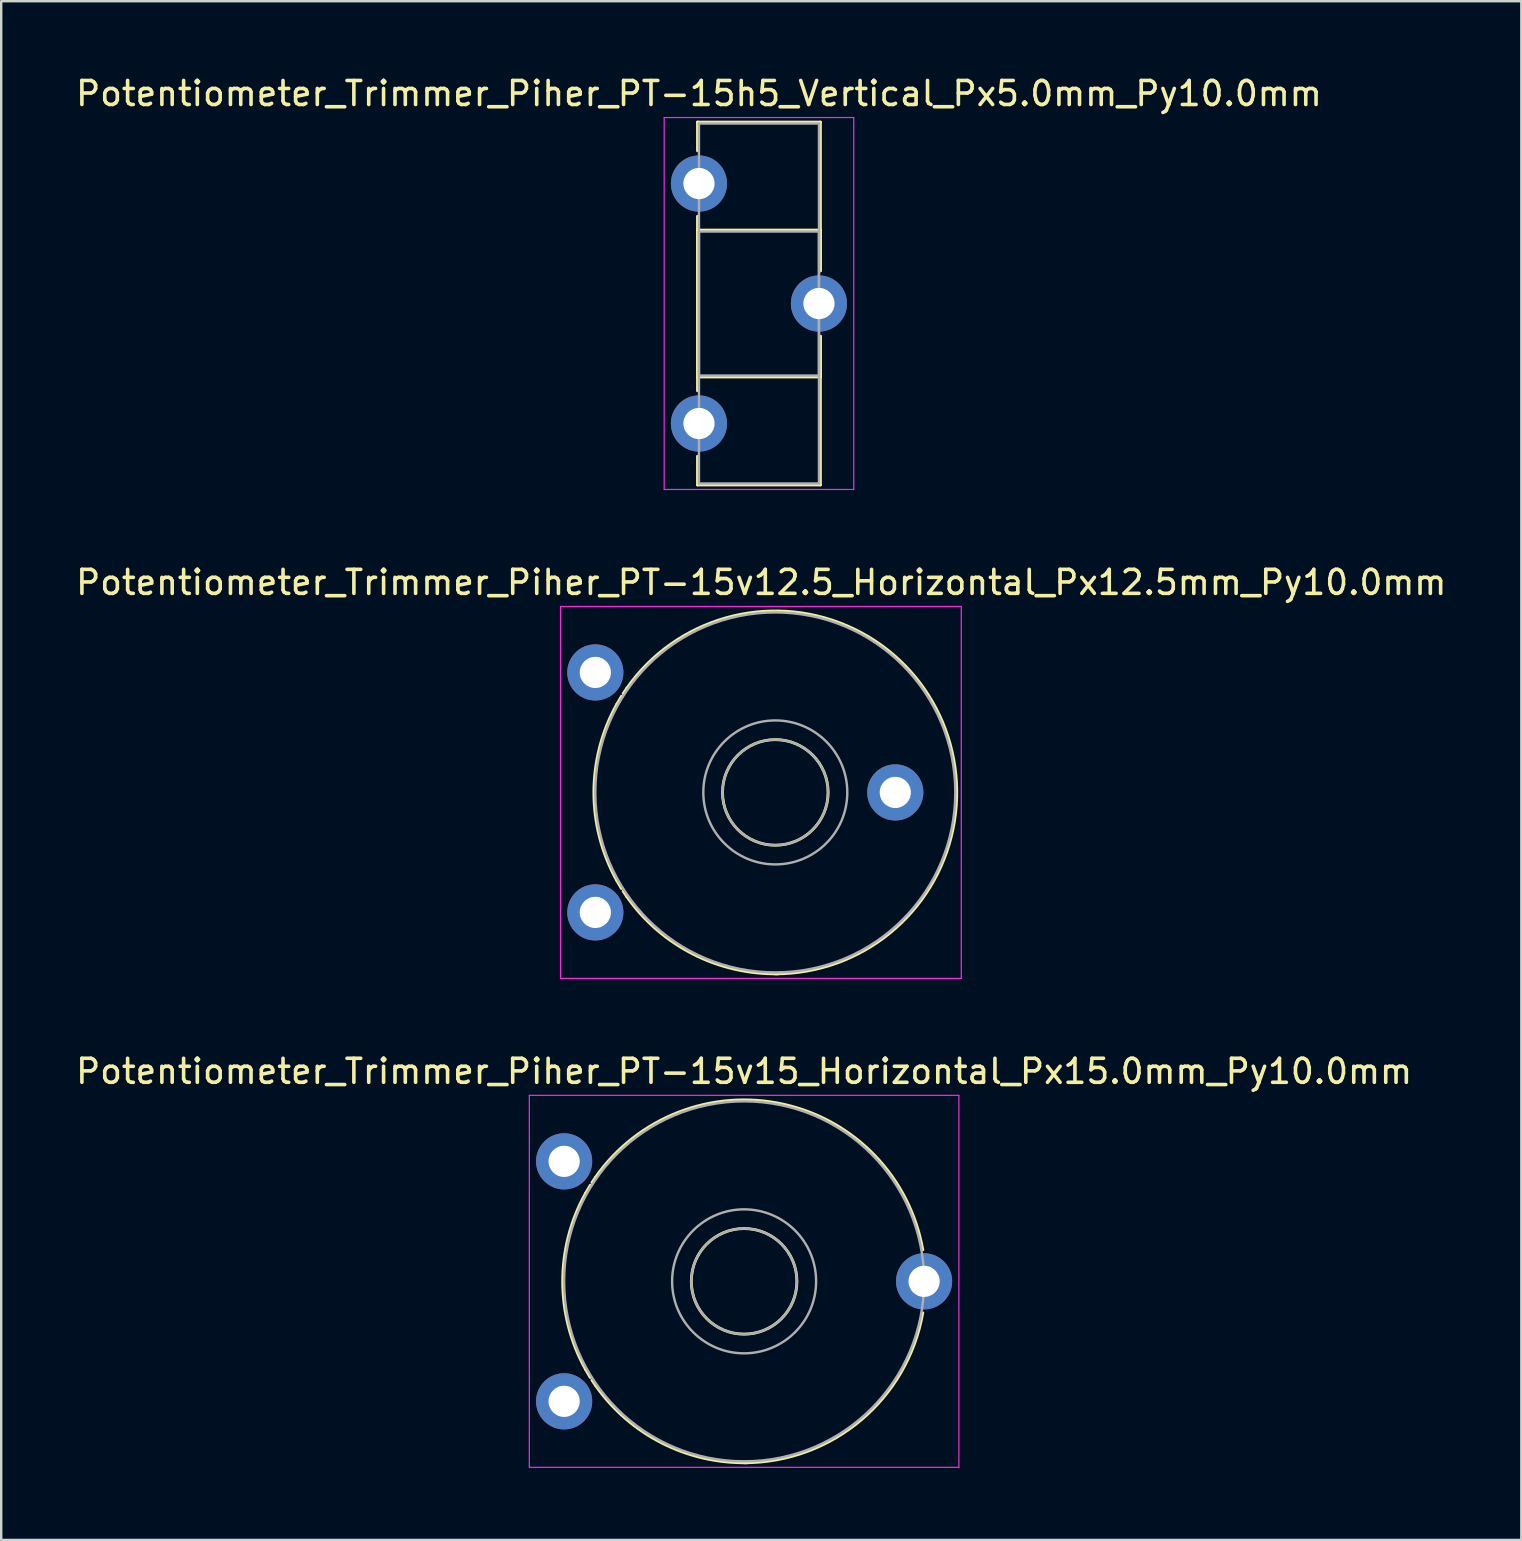
<source format=kicad_pcb>
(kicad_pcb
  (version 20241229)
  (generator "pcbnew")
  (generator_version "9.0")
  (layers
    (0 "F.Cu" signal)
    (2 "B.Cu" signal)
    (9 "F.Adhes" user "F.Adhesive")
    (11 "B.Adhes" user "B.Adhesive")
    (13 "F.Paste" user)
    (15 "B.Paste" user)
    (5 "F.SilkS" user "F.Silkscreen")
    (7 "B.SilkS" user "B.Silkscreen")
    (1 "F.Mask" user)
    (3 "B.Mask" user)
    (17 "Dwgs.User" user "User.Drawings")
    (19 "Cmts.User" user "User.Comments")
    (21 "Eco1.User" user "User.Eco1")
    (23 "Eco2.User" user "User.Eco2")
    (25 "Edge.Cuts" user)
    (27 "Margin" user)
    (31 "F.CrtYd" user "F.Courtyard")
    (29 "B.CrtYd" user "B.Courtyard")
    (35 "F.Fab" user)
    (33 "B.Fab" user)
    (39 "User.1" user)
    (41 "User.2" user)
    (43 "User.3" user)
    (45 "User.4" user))
  (footprint "Potentiometer_Trimmer_Piher_PT-15v15_Horizontal_Px15.0mm_Py10.0mm"
    (layer "F.Cu")
    (at 20.458 55.345)
    (property "Reference" "Potentiometer_Trimmer_Piher_PT-15v15_Horizontal_Px15.0mm_Py10.0mm" (at 7.5 -13.75 0) (layer "F.SilkS") (effects (font (size 1 1) (thickness 0.15))))
    (attr through_hole)
    (fp_arc (start 0.888607 -1.335708) (mid -0.058939 -5.000405) (end 0.889 -8.665) (stroke (width 0.12) (type solid)) (layer "F.SilkS"))
    (fp_arc (start 0.889127 -8.665036) (mid 0.987332 -8.836833) (end 1.09 -9.006) (stroke (width 0.12) (type solid)) (layer "F.SilkS"))
    (fp_arc (start 1.088873 -0.993977) (mid 0.986204 -1.163174) (end 0.888 -1.335) (stroke (width 0.12) (type solid)) (layer "F.SilkS"))
    (fp_arc (start 1.160448 -9.117261) (mid 1.23327 -9.227274) (end 1.308 -9.336) (stroke (width 0.12) (type solid)) (layer "F.SilkS"))
    (fp_arc (start 1.307159 -9.337393) (mid 9.137331 -12.381288) (end 14.946 -6.312) (stroke (width 0.12) (type solid)) (layer "F.SilkS"))
    (fp_arc (start 1.307543 -0.664245) (mid 1.232817 -0.772979) (end 1.16 -0.883) (stroke (width 0.12) (type solid)) (layer "F.SilkS"))
    (fp_arc (start 7.631625 2.55889) (mid 4.067534 1.735898) (end 1.307 -0.664) (stroke (width 0.12) (type solid)) (layer "F.SilkS"))
    (fp_arc (start 14.945147 -3.68722) (mid 12.359475 0.791296) (end 7.5 2.56) (stroke (width 0.12) (type solid)) (layer "F.SilkS"))
    (fp_circle (center 7.5 -5) (end 9.7 -5) (stroke (width 0.12) (type solid)) (fill no) (layer "F.SilkS"))
    (fp_line (start -1.45 -12.75) (end -1.45 2.75) (stroke (width 0.05) (type solid)) (layer "F.CrtYd"))
    (fp_line (start -1.45 2.75) (end 16.45 2.75) (stroke (width 0.05) (type solid)) (layer "F.CrtYd"))
    (fp_line (start 16.45 -12.75) (end -1.45 -12.75) (stroke (width 0.05) (type solid)) (layer "F.CrtYd"))
    (fp_line (start 16.45 2.75) (end 16.45 -12.75) (stroke (width 0.05) (type solid)) (layer "F.CrtYd"))
    (fp_circle (center 7.5 -5) (end 9.7 -5) (stroke (width 0.1) (type solid)) (fill no) (layer "F.Fab"))
    (fp_circle (center 7.5 -5) (end 10.5 -5) (stroke (width 0.1) (type solid)) (fill no) (layer "F.Fab"))
    (fp_circle (center 7.5 -5) (end 15 -5) (stroke (width 0.1) (type solid)) (fill no) (layer "F.Fab"))
    (pad "1" thru_hole circle (at 0 0) (size 2.34 2.34) (drill 1.3) (layers "*.Cu" "*.Mask"))
    (pad "2" thru_hole circle (at 15 -5) (size 2.34 2.34) (drill 1.3) (layers "*.Cu" "*.Mask"))
    (pad "3" thru_hole circle (at 0 -10) (size 2.34 2.34) (drill 1.3) (layers "*.Cu" "*.Mask")))
  (footprint "Potentiometer_Trimmer_Piher_PT-15h5_Vertical_Px5.0mm_Py10.0mm"
    (layer "F.Cu")
    (at 26.077 4.598)
    (property "Reference" "Potentiometer_Trimmer_Piher_PT-15h5_Vertical_Px5.0mm_Py10.0mm" (at 0 -3.75 0) (layer "F.SilkS") (effects (font (size 1 1) (thickness 0.15))))
    (attr through_hole)
    (fp_line (start -0.061 -2.56) (end -0.061 -1.365) (stroke (width 0.12) (type solid)) (layer "F.SilkS"))
    (fp_line (start -0.061 -2.56) (end 5.06 -2.56) (stroke (width 0.12) (type solid)) (layer "F.SilkS"))
    (fp_line (start -0.061 1.365) (end -0.061 8.635) (stroke (width 0.12) (type solid)) (layer "F.SilkS"))
    (fp_line (start -0.061 1.94) (end -0.061 8.06) (stroke (width 0.12) (type solid)) (layer "F.SilkS"))
    (fp_line (start -0.061 1.94) (end 5.06 1.94) (stroke (width 0.12) (type solid)) (layer "F.SilkS"))
    (fp_line (start -0.061 8.06) (end 5.06 8.06) (stroke (width 0.12) (type solid)) (layer "F.SilkS"))
    (fp_line (start -0.061 11.365) (end -0.061 12.56) (stroke (width 0.12) (type solid)) (layer "F.SilkS"))
    (fp_line (start -0.061 12.56) (end 5.06 12.56) (stroke (width 0.12) (type solid)) (layer "F.SilkS"))
    (fp_line (start 5.06 -2.56) (end 5.06 3.635) (stroke (width 0.12) (type solid)) (layer "F.SilkS"))
    (fp_line (start 5.06 1.94) (end 5.06 3.635) (stroke (width 0.12) (type solid)) (layer "F.SilkS"))
    (fp_line (start 5.06 6.365) (end 5.06 8.06) (stroke (width 0.12) (type solid)) (layer "F.SilkS"))
    (fp_line (start 5.06 6.365) (end 5.06 12.56) (stroke (width 0.12) (type solid)) (layer "F.SilkS"))
    (fp_line (start -1.45 -2.75) (end -1.45 12.75) (stroke (width 0.05) (type solid)) (layer "F.CrtYd"))
    (fp_line (start -1.45 12.75) (end 6.45 12.75) (stroke (width 0.05) (type solid)) (layer "F.CrtYd"))
    (fp_line (start 6.45 -2.75) (end -1.45 -2.75) (stroke (width 0.05) (type solid)) (layer "F.CrtYd"))
    (fp_line (start 6.45 12.75) (end 6.45 -2.75) (stroke (width 0.05) (type solid)) (layer "F.CrtYd"))
    (fp_line (start 0 -2.5) (end 5 -2.5) (stroke (width 0.1) (type solid)) (layer "F.Fab"))
    (fp_line (start 0 2) (end 0 8) (stroke (width 0.1) (type solid)) (layer "F.Fab"))
    (fp_line (start 0 8) (end 5 8) (stroke (width 0.1) (type solid)) (layer "F.Fab"))
    (fp_line (start 0 12.5) (end 0 -2.5) (stroke (width 0.1) (type solid)) (layer "F.Fab"))
    (fp_line (start 5 -2.5) (end 5 12.5) (stroke (width 0.1) (type solid)) (layer "F.Fab"))
    (fp_line (start 5 2) (end 0 2) (stroke (width 0.1) (type solid)) (layer "F.Fab"))
    (fp_line (start 5 8) (end 5 2) (stroke (width 0.1) (type solid)) (layer "F.Fab"))
    (fp_line (start 5 12.5) (end 0 12.5) (stroke (width 0.1) (type solid)) (layer "F.Fab"))
    (pad "1" thru_hole circle (at 0 0) (size 2.34 2.34) (drill 1.3) (layers "*.Cu" "*.Mask"))
    (pad "2" thru_hole circle (at 5 5) (size 2.34 2.34) (drill 1.3) (layers "*.Cu" "*.Mask"))
    (pad "3" thru_hole circle (at 0 10) (size 2.34 2.34) (drill 1.3) (layers "*.Cu" "*.Mask")))
  (footprint "Potentiometer_Trimmer_Piher_PT-15v12.5_Horizontal_Px12.5mm_Py10.0mm"
    (layer "F.Cu")
    (at 21.758 34.971)
    (property "Reference" "Potentiometer_Trimmer_Piher_PT-15v12.5_Horizontal_Px12.5mm_Py10.0mm" (at 6.915 -13.75 0) (layer "F.SilkS") (effects (font (size 1 1) (thickness 0.15))))
    (attr through_hole)
    (fp_arc (start 0.888607 -1.335708) (mid -0.058939 -5.000405) (end 0.889 -8.665) (stroke (width 0.12) (type solid)) (layer "F.SilkS"))
    (fp_arc (start 0.889127 -8.665036) (mid 0.987332 -8.836833) (end 1.09 -9.006) (stroke (width 0.12) (type solid)) (layer "F.SilkS"))
    (fp_arc (start 1.088873 -0.993977) (mid 0.986204 -1.163174) (end 0.888 -1.335) (stroke (width 0.12) (type solid)) (layer "F.SilkS"))
    (fp_arc (start 1.160448 -9.117261) (mid 1.23327 -9.227274) (end 1.308 -9.336) (stroke (width 0.12) (type solid)) (layer "F.SilkS"))
    (fp_arc (start 1.307211 -9.336238) (mid 14.205802 -8.490819) (end 7.5 2.56) (stroke (width 0.12) (type solid)) (layer "F.SilkS"))
    (fp_arc (start 1.307543 -0.664245) (mid 1.232817 -0.772979) (end 1.16 -0.883) (stroke (width 0.12) (type solid)) (layer "F.SilkS"))
    (fp_arc (start 7.631625 2.55889) (mid 4.067534 1.735898) (end 1.307 -0.664) (stroke (width 0.12) (type solid)) (layer "F.SilkS"))
    (fp_circle (center 7.5 -5) (end 9.7 -5) (stroke (width 0.12) (type solid)) (fill no) (layer "F.SilkS"))
    (fp_line (start -1.45 -12.75) (end -1.45 2.75) (stroke (width 0.05) (type solid)) (layer "F.CrtYd"))
    (fp_line (start -1.45 2.75) (end 15.25 2.75) (stroke (width 0.05) (type solid)) (layer "F.CrtYd"))
    (fp_line (start 15.25 -12.75) (end -1.45 -12.75) (stroke (width 0.05) (type solid)) (layer "F.CrtYd"))
    (fp_line (start 15.25 2.75) (end 15.25 -12.75) (stroke (width 0.05) (type solid)) (layer "F.CrtYd"))
    (fp_circle (center 7.5 -5) (end 9.7 -5) (stroke (width 0.1) (type solid)) (fill no) (layer "F.Fab"))
    (fp_circle (center 7.5 -5) (end 10.5 -5) (stroke (width 0.1) (type solid)) (fill no) (layer "F.Fab"))
    (fp_circle (center 7.5 -5) (end 15 -5) (stroke (width 0.1) (type solid)) (fill no) (layer "F.Fab"))
    (pad "1" thru_hole circle (at 0 0) (size 2.34 2.34) (drill 1.3) (layers "*.Cu" "*.Mask"))
    (pad "2" thru_hole circle (at 12.5 -5) (size 2.34 2.34) (drill 1.3) (layers "*.Cu" "*.Mask"))
    (pad "3" thru_hole circle (at 0 -10) (size 2.34 2.34) (drill 1.3) (layers "*.Cu" "*.Mask")))
  (gr_rect
    (start -3 -3)
    (end 60.345 61.12)
    (stroke (width 0.1) (type default))
    (fill no)
    (layer "Edge.Cuts")))
</source>
